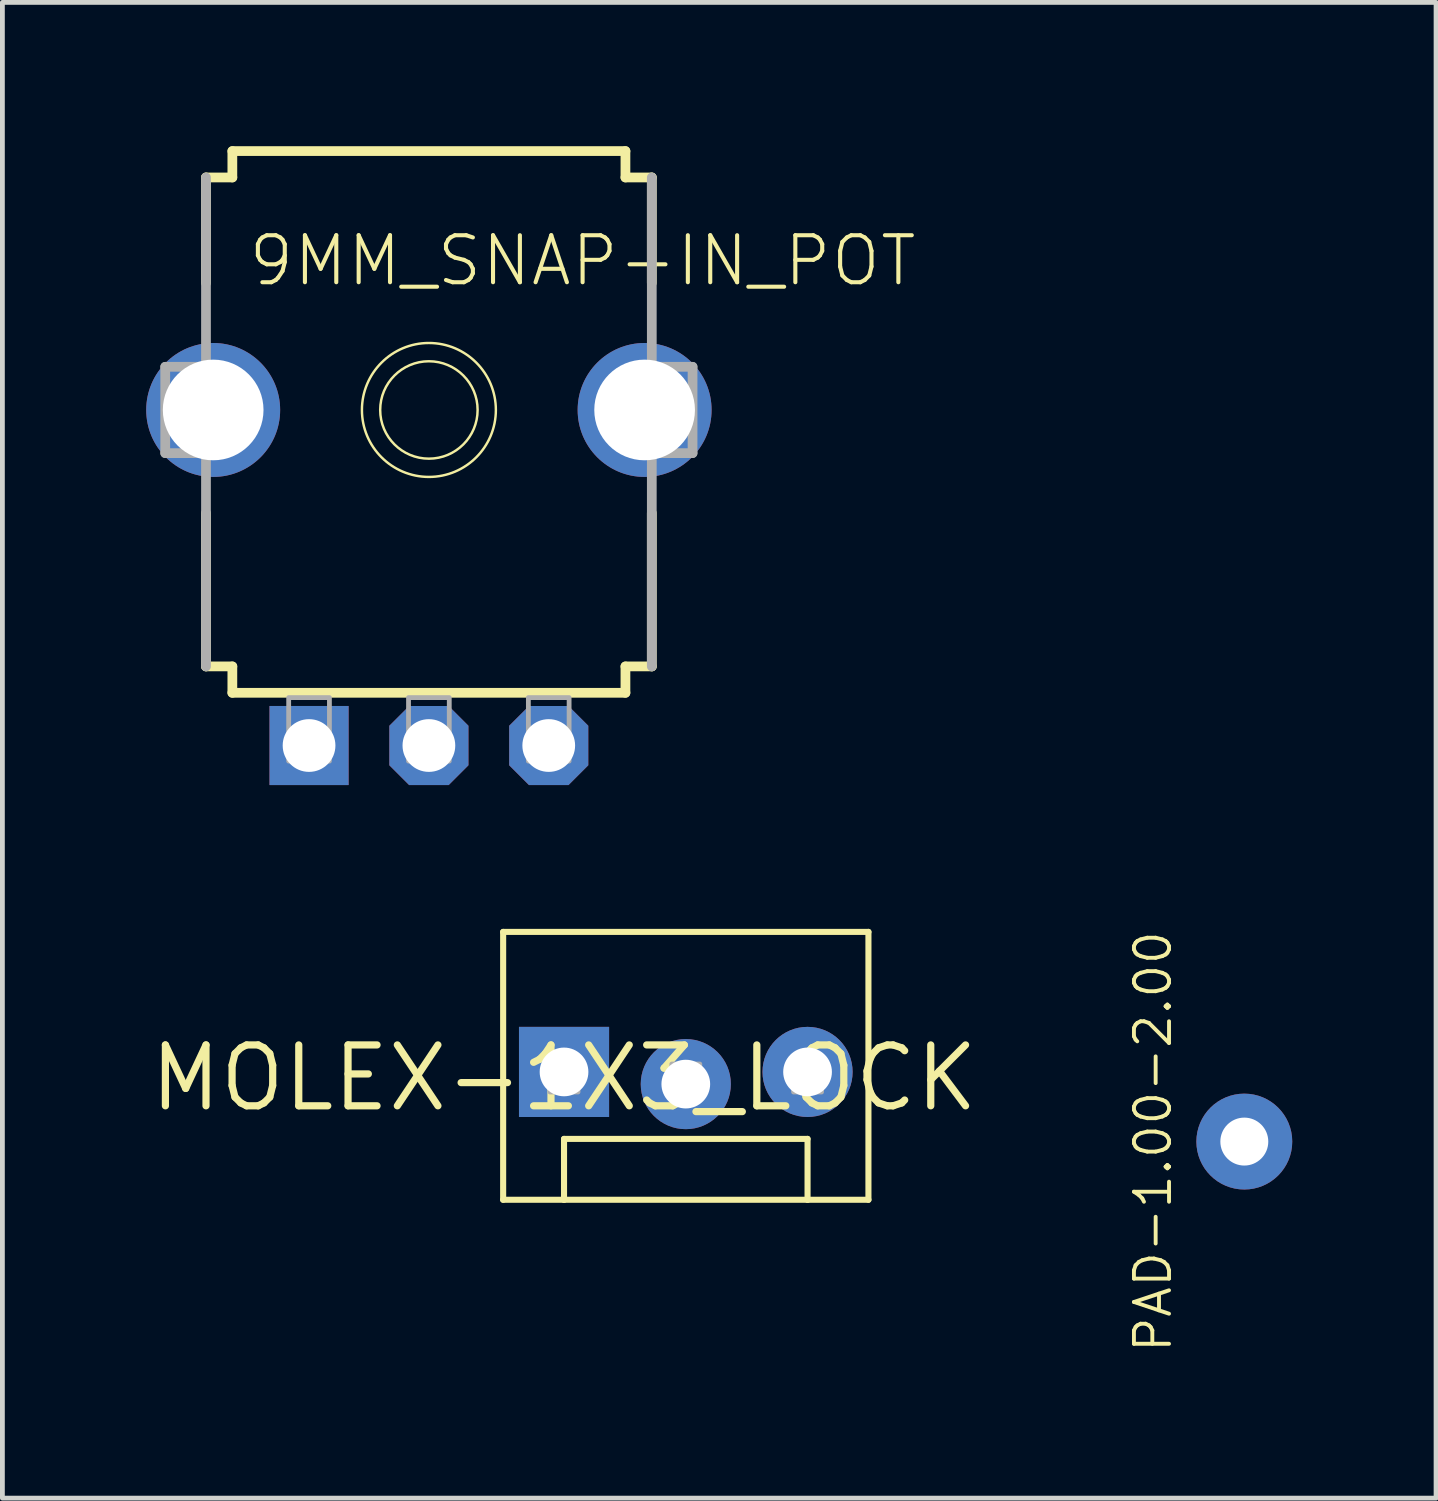
<source format=kicad_pcb>
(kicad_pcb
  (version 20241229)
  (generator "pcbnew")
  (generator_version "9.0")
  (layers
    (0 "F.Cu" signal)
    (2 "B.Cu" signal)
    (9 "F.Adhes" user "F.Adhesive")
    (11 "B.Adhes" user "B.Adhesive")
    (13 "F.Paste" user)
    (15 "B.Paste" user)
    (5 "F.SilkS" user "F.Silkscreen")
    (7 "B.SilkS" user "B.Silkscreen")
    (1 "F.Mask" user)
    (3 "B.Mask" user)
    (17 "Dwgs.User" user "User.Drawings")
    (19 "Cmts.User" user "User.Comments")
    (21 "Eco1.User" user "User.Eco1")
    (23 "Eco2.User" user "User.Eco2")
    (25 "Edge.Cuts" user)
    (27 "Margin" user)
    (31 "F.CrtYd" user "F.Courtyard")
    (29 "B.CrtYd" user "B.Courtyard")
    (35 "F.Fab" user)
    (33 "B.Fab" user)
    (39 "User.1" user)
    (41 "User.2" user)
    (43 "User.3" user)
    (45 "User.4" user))
  (footprint "MOLEX-1X3_LOCK"
    (layer "F.Cu")
    (at 8.716 19.438)
    (property "Reference" "MOLEX-1X3_LOCK" (at 0 0 0) (layer "F.SilkS") (effects (font (size 1.27 1.27) (thickness 0.15))))
    (fp_line (start -1.27 -3.048) (end -1.27 2.54) (stroke (width 0.127) (type solid)) (layer "F.SilkS"))
    (fp_line (start 0 1.27) (end 5.08 1.27) (stroke (width 0.127) (type solid)) (layer "F.SilkS"))
    (fp_line (start 0 2.54) (end -1.27 2.54) (stroke (width 0.127) (type solid)) (layer "F.SilkS"))
    (fp_line (start 0 2.54) (end 0 1.27) (stroke (width 0.127) (type solid)) (layer "F.SilkS"))
    (fp_line (start 5.08 1.27) (end 5.08 2.54) (stroke (width 0.127) (type solid)) (layer "F.SilkS"))
    (fp_line (start 5.08 2.54) (end 0 2.54) (stroke (width 0.127) (type solid)) (layer "F.SilkS"))
    (fp_line (start 6.35 -3.048) (end -1.27 -3.048) (stroke (width 0.127) (type solid)) (layer "F.SilkS"))
    (fp_line (start 6.35 -3.048) (end 6.35 2.54) (stroke (width 0.127) (type solid)) (layer "F.SilkS"))
    (fp_line (start 6.35 2.54) (end 5.08 2.54) (stroke (width 0.127) (type solid)) (layer "F.SilkS"))
    (fp_poly (pts (xy -0.292 0.292) (xy 0.292 0.292) (xy 0.292 -0.292) (xy -0.292 -0.292)) (stroke (width 0.1) (type solid)) (fill no) (layer "F.Fab"))
    (fp_poly (pts (xy 2.248 0.292) (xy 2.832 0.292) (xy 2.832 -0.292) (xy 2.248 -0.292)) (stroke (width 0.1) (type solid)) (fill no) (layer "F.Fab"))
    (fp_poly (pts (xy 4.788 0.292) (xy 5.372 0.292) (xy 5.372 -0.292) (xy 4.788 -0.292)) (stroke (width 0.1) (type solid)) (fill no) (layer "F.Fab"))
    (pad "1" thru_hole rect (at 0 -0.127) (size 1.88 1.88) (drill 1.016) (layers "*.Cu" "*.Mask"))
    (pad "2" thru_hole circle (at 2.54 0.127) (size 1.88 1.88) (drill 1.016) (layers "*.Cu" "*.Mask"))
    (pad "3" thru_hole circle (at 5.08 -0.127) (size 1.88 1.88) (drill 1.016) (layers "*.Cu" "*.Mask")))
  (footprint "PAD-1.00-2.00"
    (layer "F.Cu")
    (at 22.907 20.764)
    (property "Reference" "PAD-1.00-2.00" (at -1.905 0 90) (layer "F.SilkS") (effects (font (size 0.732 0.732) (thickness 0.081))))
    (pad "1" thru_hole circle (at 0 0) (size 2 2) (drill 1) (layers "*.Cu" "*.Mask")))
  (footprint "9MM_SNAP-IN_POT"
    (layer "F.Cu")
    (at 5.897 5.502)
    (property "Reference" "9MM_SNAP-IN_POT" (at -3.81 -2.54 0) (layer "F.SilkS") (effects (font (size 0.981 0.981) (thickness 0.085)) (justify left bottom)))
    (fp_line (start -4.65 -2.65) (end -4.65 -4.85) (stroke (width 0.203) (type solid)) (layer "F.SilkS"))
    (fp_line (start -4.65 5.35) (end -4.65 2.15) (stroke (width 0.203) (type solid)) (layer "F.SilkS"))
    (fp_line (start -4.65 5.35) (end -4.1 5.35) (stroke (width 0.203) (type solid)) (layer "F.SilkS"))
    (fp_line (start -4.1 -5.4) (end -4.1 -4.85) (stroke (width 0.203) (type solid)) (layer "F.SilkS"))
    (fp_line (start -4.1 -5.4) (end 4.1 -5.4) (stroke (width 0.203) (type solid)) (layer "F.SilkS"))
    (fp_line (start -4.1 -4.85) (end -4.65 -4.85) (stroke (width 0.203) (type solid)) (layer "F.SilkS"))
    (fp_line (start -4.1 5.35) (end -4.1 5.9) (stroke (width 0.203) (type solid)) (layer "F.SilkS"))
    (fp_line (start 4.1 -4.85) (end 4.1 -5.4) (stroke (width 0.203) (type solid)) (layer "F.SilkS"))
    (fp_line (start 4.1 5.35) (end 4.65 5.35) (stroke (width 0.203) (type solid)) (layer "F.SilkS"))
    (fp_line (start 4.1 5.9) (end -4.1 5.9) (stroke (width 0.203) (type solid)) (layer "F.SilkS"))
    (fp_line (start 4.1 5.9) (end 4.1 5.35) (stroke (width 0.203) (type solid)) (layer "F.SilkS"))
    (fp_line (start 4.65 -4.85) (end 4.1 -4.85) (stroke (width 0.203) (type solid)) (layer "F.SilkS"))
    (fp_line (start 4.65 -4.85) (end 4.65 -2.65) (stroke (width 0.203) (type solid)) (layer "F.SilkS"))
    (fp_line (start 4.65 2.15) (end 4.65 5.35) (stroke (width 0.203) (type solid)) (layer "F.SilkS"))
    (fp_circle (center 0 0) (end 1.016 0) (stroke (width 0.051) (type solid)) (fill no) (layer "F.SilkS"))
    (fp_circle (center 0 0) (end 1.397 0) (stroke (width 0.051) (type solid)) (fill no) (layer "F.SilkS"))
    (fp_line (start -5.5 -0.9) (end -5.5 0.9) (stroke (width 0.203) (type solid)) (layer "F.Fab"))
    (fp_line (start -5.5 0.9) (end -4.75 0.9) (stroke (width 0.203) (type solid)) (layer "F.Fab"))
    (fp_line (start -4.75 -0.9) (end -5.5 -0.9) (stroke (width 0.203) (type solid)) (layer "F.Fab"))
    (fp_line (start -4.65 5.35) (end -4.65 -4.85) (stroke (width 0.203) (type solid)) (layer "F.Fab"))
    (fp_line (start 4.65 -4.85) (end 4.65 5.35) (stroke (width 0.203) (type solid)) (layer "F.Fab"))
    (fp_line (start 4.75 0.9) (end 5.5 0.9) (stroke (width 0.203) (type solid)) (layer "F.Fab"))
    (fp_line (start 5.5 -0.9) (end 4.75 -0.9) (stroke (width 0.203) (type solid)) (layer "F.Fab"))
    (fp_line (start 5.5 0.9) (end 5.5 -0.9) (stroke (width 0.203) (type solid)) (layer "F.Fab"))
    (fp_poly (pts (xy -2.925 7.325) (xy -2.075 7.325) (xy -2.075 6) (xy -2.925 6)) (stroke (width 0.1) (type solid)) (fill no) (layer "F.Fab"))
    (fp_poly (pts (xy -0.425 7.325) (xy 0.425 7.325) (xy 0.425 6) (xy -0.425 6)) (stroke (width 0.1) (type solid)) (fill no) (layer "F.Fab"))
    (fp_poly (pts (xy 2.075 7.325) (xy 2.925 7.325) (xy 2.925 6) (xy 2.075 6)) (stroke (width 0.1) (type solid)) (fill no) (layer "F.Fab"))
    (pad "1" thru_hole rect (at -2.5 7 270) (size 1.65 1.65) (drill 1.1) (layers "*.Cu" "*.Mask"))
    (pad "2" thru_hole roundrect (at 0 7 270) (size 1.65 1.65) (drill 1.1) (layers "*.Cu" "*.Mask") (roundrect_rratio 0.25) (chamfer_ratio 0.25) (chamfer top_left top_right bottom_left bottom_right))
    (pad "3" thru_hole roundrect (at 2.5 7 270) (size 1.65 1.65) (drill 1.1) (layers "*.Cu" "*.Mask") (roundrect_rratio 0.25) (chamfer_ratio 0.25) (chamfer top_left top_right bottom_left bottom_right))
    (pad "CHASSIS1" thru_hole circle (at -4.5 0 270) (size 2.794 2.794) (drill 2.1) (layers "*.Cu" "*.Mask"))
    (pad "CHASSIS2" thru_hole circle (at 4.5 0 270) (size 2.794 2.794) (drill 2.1) (layers "*.Cu" "*.Mask")))
  (gr_rect
    (start -3 -3)
    (end 26.907 28.202)
    (stroke (width 0.1) (type default))
    (fill no)
    (layer "Edge.Cuts")))
</source>
